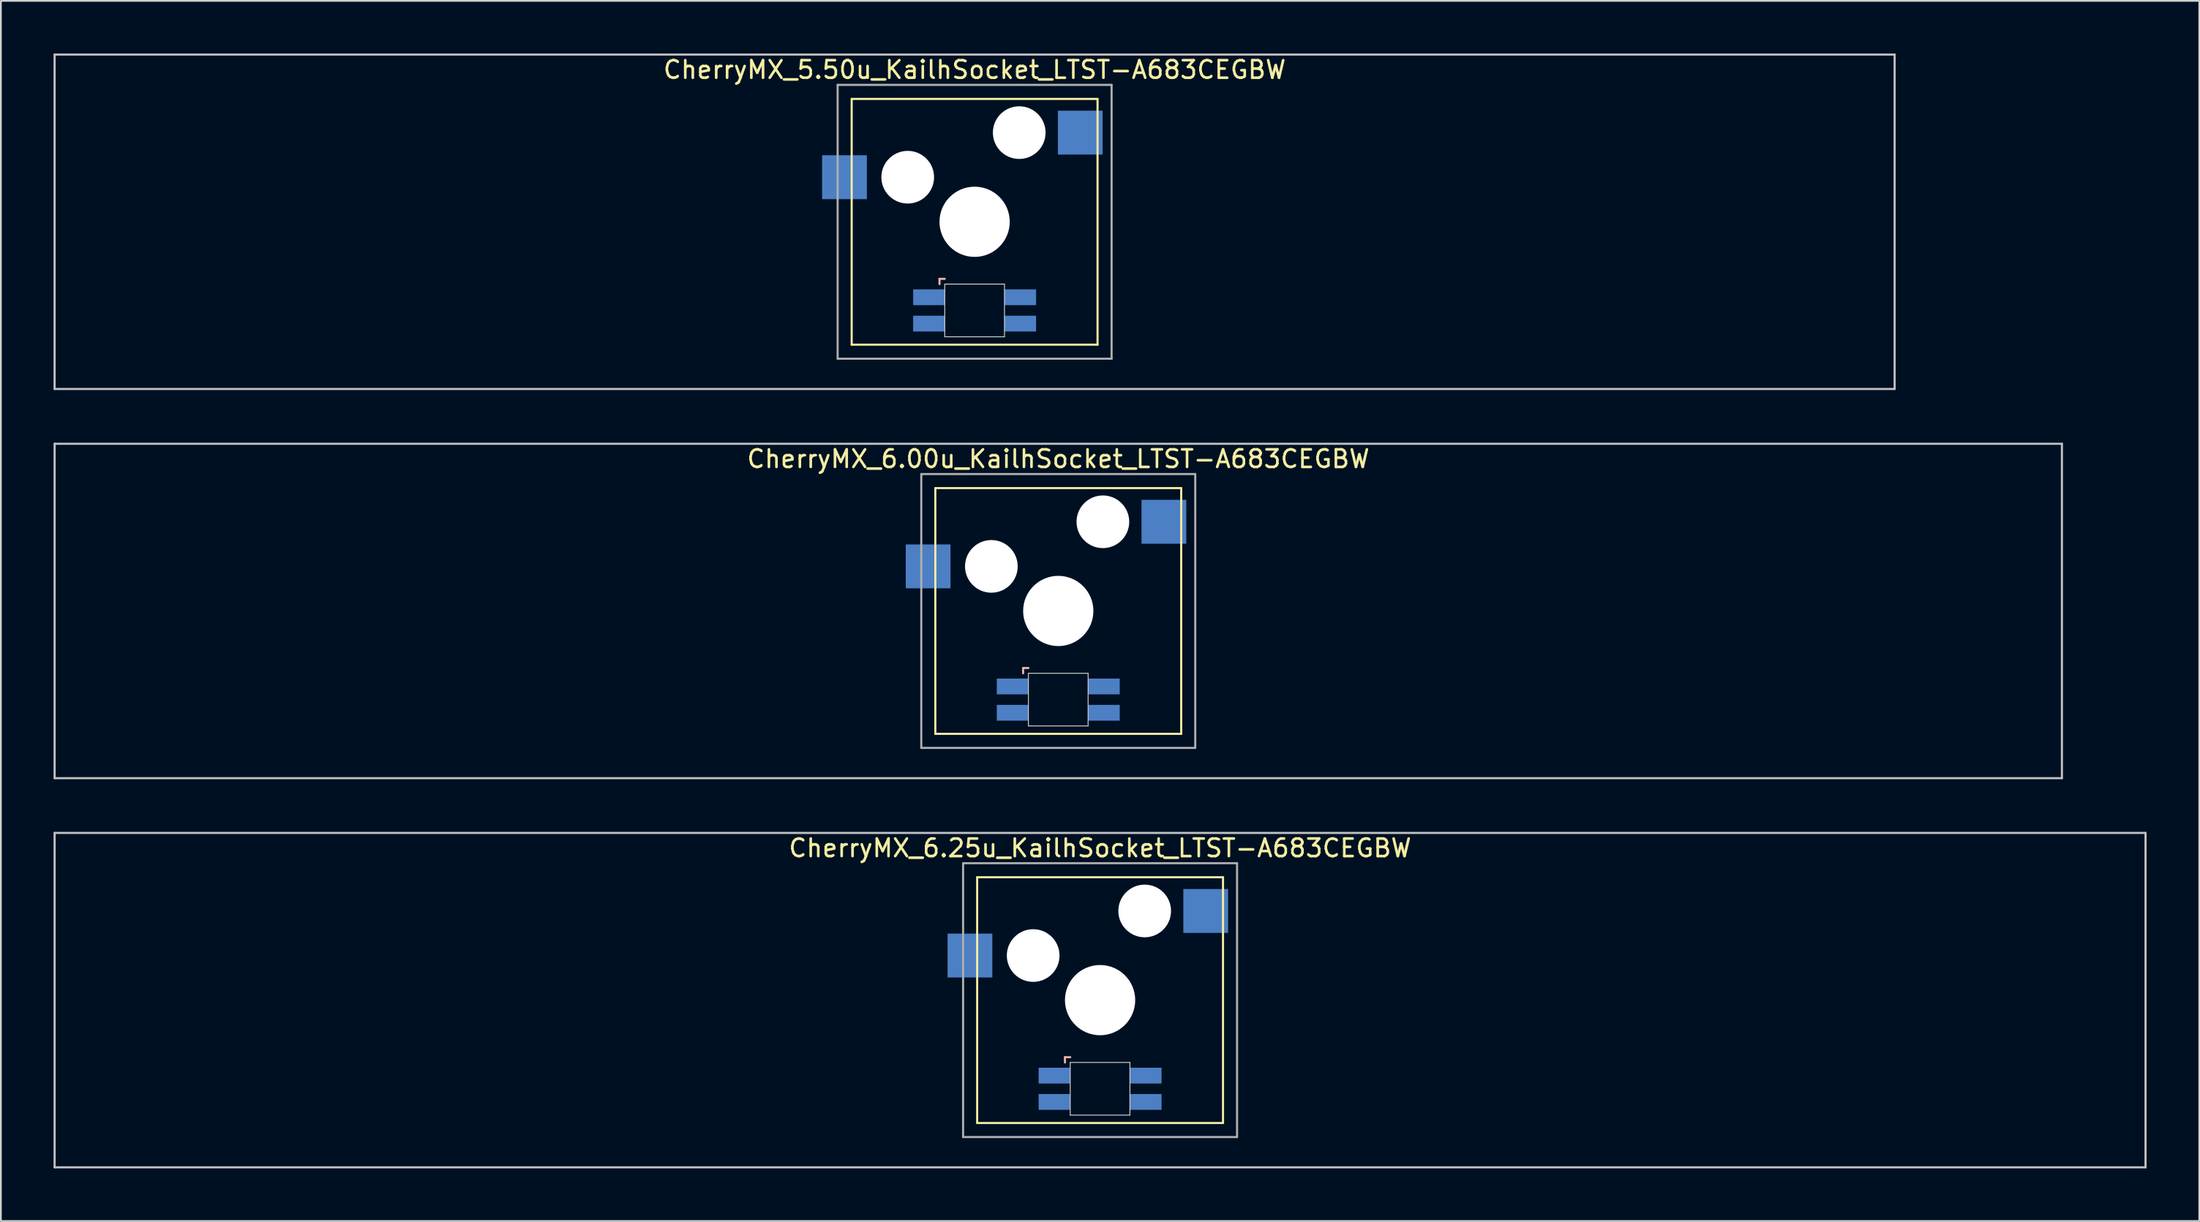
<source format=kicad_pcb>
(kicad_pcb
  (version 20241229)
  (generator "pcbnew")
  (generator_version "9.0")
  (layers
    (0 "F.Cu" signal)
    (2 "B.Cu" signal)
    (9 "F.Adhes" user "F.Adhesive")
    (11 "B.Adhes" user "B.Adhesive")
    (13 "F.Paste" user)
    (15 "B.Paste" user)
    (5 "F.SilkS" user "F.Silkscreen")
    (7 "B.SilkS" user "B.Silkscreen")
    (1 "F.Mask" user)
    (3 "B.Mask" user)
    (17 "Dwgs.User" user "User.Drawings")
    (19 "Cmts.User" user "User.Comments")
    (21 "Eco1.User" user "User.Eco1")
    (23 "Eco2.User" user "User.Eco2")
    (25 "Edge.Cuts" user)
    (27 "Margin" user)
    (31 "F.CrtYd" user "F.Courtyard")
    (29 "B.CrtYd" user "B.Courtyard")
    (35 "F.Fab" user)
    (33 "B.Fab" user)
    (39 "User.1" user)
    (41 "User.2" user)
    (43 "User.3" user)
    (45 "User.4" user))
  (footprint "CherryMX_6.25u_KailhSocket_LTST-A683CEGBW"
    (layer "F.Cu")
    (at 59.591 53.925)
    (property "Reference" "CherryMX_6.25u_KailhSocket_LTST-A683CEGBW" (at 0 -8.662 0) (layer "F.SilkS") (effects (font (size 1 1) (thickness 0.15))))
    (attr through_hole)
    (fp_line (start -7 -7) (end -7 7) (stroke (width 0.12) (type solid)) (layer "F.SilkS"))
    (fp_line (start -7 -7) (end 7 -7) (stroke (width 0.12) (type solid)) (layer "F.SilkS"))
    (fp_line (start 7 -7) (end 7 7) (stroke (width 0.12) (type solid)) (layer "F.SilkS"))
    (fp_line (start 7 7) (end -7 7) (stroke (width 0.12) (type solid)) (layer "F.SilkS"))
    (fp_line (start -2 3.25) (end -2 3.55) (stroke (width 0.12) (type solid)) (layer "B.SilkS"))
    (fp_line (start -1.7 3.25) (end -2 3.25) (stroke (width 0.12) (type solid)) (layer "B.SilkS"))
    (fp_line (start -59.531 -9.525) (end 59.531 -9.525) (stroke (width 0.12) (type solid)) (layer "Dwgs.User"))
    (fp_line (start -59.531 9.525) (end -59.531 -9.525) (stroke (width 0.12) (type solid)) (layer "Dwgs.User"))
    (fp_line (start 59.531 -9.525) (end 59.531 9.525) (stroke (width 0.12) (type solid)) (layer "Dwgs.User"))
    (fp_line (start 59.531 9.525) (end -59.531 9.525) (stroke (width 0.12) (type solid)) (layer "Dwgs.User"))
    (fp_line (start -1.7 3.55) (end 1.7 3.55) (stroke (width 0.05) (type solid)) (layer "Edge.Cuts"))
    (fp_line (start -1.7 6.55) (end -1.7 3.55) (stroke (width 0.05) (type solid)) (layer "Edge.Cuts"))
    (fp_line (start 1.7 3.55) (end 1.7 6.55) (stroke (width 0.05) (type solid)) (layer "Edge.Cuts"))
    (fp_line (start 1.7 6.55) (end -1.7 6.55) (stroke (width 0.05) (type solid)) (layer "Edge.Cuts"))
    (fp_line (start -7.8 -7.8) (end -7.8 7.8) (stroke (width 0.12) (type solid)) (layer "F.Fab"))
    (fp_line (start -7.8 -7.8) (end 7.8 -7.8) (stroke (width 0.12) (type solid)) (layer "F.Fab"))
    (fp_line (start -7.8 7.8) (end 7.8 7.8) (stroke (width 0.12) (type solid)) (layer "F.Fab"))
    (fp_line (start 7.8 -7.8) (end 7.8 7.8) (stroke (width 0.12) (type solid)) (layer "F.Fab"))
    (pad "" np_thru_hole circle (at -3.81 -2.54) (size 3 3) (drill 3) (layers "*.Cu" "*.Mask"))
    (pad "" np_thru_hole circle (at 0 0) (size 4 4) (drill 4) (layers "*.Cu" "*.Mask"))
    (pad "" np_thru_hole circle (at 2.54 -5.08) (size 3 3) (drill 3) (layers "*.Cu" "*.Mask"))
    (pad "1" smd rect (at -7.41 -2.54) (size 2.55 2.5) (layers "B.Cu" "B.Mask" "B.Paste"))
    (pad "2" smd rect (at 6.015 -5.08) (size 2.55 2.5) (layers "B.Cu" "B.Mask" "B.Paste"))
    (pad "3" smd rect (at -2.6 4.3) (size 1.8 0.9) (layers "B.Cu" "B.Mask" "B.Paste"))
    (pad "4" smd rect (at -2.6 5.8) (size 1.8 0.9) (layers "B.Cu" "B.Mask" "B.Paste"))
    (pad "5" smd rect (at 2.6 4.3) (size 1.8 0.9) (layers "B.Cu" "B.Mask" "B.Paste"))
    (pad "6" smd rect (at 2.6 5.8) (size 1.8 0.9) (layers "B.Cu" "B.Mask" "B.Paste")))
  (footprint "CherryMX_5.50u_KailhSocket_LTST-A683CEGBW"
    (layer "F.Cu")
    (at 52.447 9.585)
    (property "Reference" "CherryMX_5.50u_KailhSocket_LTST-A683CEGBW" (at 0 -8.662 0) (layer "F.SilkS") (effects (font (size 1 1) (thickness 0.15))))
    (attr through_hole)
    (fp_line (start -7 -7) (end -7 7) (stroke (width 0.12) (type solid)) (layer "F.SilkS"))
    (fp_line (start -7 -7) (end 7 -7) (stroke (width 0.12) (type solid)) (layer "F.SilkS"))
    (fp_line (start 7 -7) (end 7 7) (stroke (width 0.12) (type solid)) (layer "F.SilkS"))
    (fp_line (start 7 7) (end -7 7) (stroke (width 0.12) (type solid)) (layer "F.SilkS"))
    (fp_line (start -2 3.25) (end -2 3.55) (stroke (width 0.12) (type solid)) (layer "B.SilkS"))
    (fp_line (start -1.7 3.25) (end -2 3.25) (stroke (width 0.12) (type solid)) (layer "B.SilkS"))
    (fp_line (start -52.388 -9.525) (end 52.388 -9.525) (stroke (width 0.12) (type solid)) (layer "Dwgs.User"))
    (fp_line (start -52.388 9.525) (end -52.388 -9.525) (stroke (width 0.12) (type solid)) (layer "Dwgs.User"))
    (fp_line (start 52.388 -9.525) (end 52.388 9.525) (stroke (width 0.12) (type solid)) (layer "Dwgs.User"))
    (fp_line (start 52.388 9.525) (end -52.388 9.525) (stroke (width 0.12) (type solid)) (layer "Dwgs.User"))
    (fp_line (start -1.7 3.55) (end 1.7 3.55) (stroke (width 0.05) (type solid)) (layer "Edge.Cuts"))
    (fp_line (start -1.7 6.55) (end -1.7 3.55) (stroke (width 0.05) (type solid)) (layer "Edge.Cuts"))
    (fp_line (start 1.7 3.55) (end 1.7 6.55) (stroke (width 0.05) (type solid)) (layer "Edge.Cuts"))
    (fp_line (start 1.7 6.55) (end -1.7 6.55) (stroke (width 0.05) (type solid)) (layer "Edge.Cuts"))
    (fp_line (start -7.8 -7.8) (end -7.8 7.8) (stroke (width 0.12) (type solid)) (layer "F.Fab"))
    (fp_line (start -7.8 -7.8) (end 7.8 -7.8) (stroke (width 0.12) (type solid)) (layer "F.Fab"))
    (fp_line (start -7.8 7.8) (end 7.8 7.8) (stroke (width 0.12) (type solid)) (layer "F.Fab"))
    (fp_line (start 7.8 -7.8) (end 7.8 7.8) (stroke (width 0.12) (type solid)) (layer "F.Fab"))
    (pad "" np_thru_hole circle (at -3.81 -2.54) (size 3 3) (drill 3) (layers "*.Cu" "*.Mask"))
    (pad "" np_thru_hole circle (at 0 0) (size 4 4) (drill 4) (layers "*.Cu" "*.Mask"))
    (pad "" np_thru_hole circle (at 2.54 -5.08) (size 3 3) (drill 3) (layers "*.Cu" "*.Mask"))
    (pad "1" smd rect (at -7.41 -2.54) (size 2.55 2.5) (layers "B.Cu" "B.Mask" "B.Paste"))
    (pad "2" smd rect (at 6.015 -5.08) (size 2.55 2.5) (layers "B.Cu" "B.Mask" "B.Paste"))
    (pad "3" smd rect (at -2.6 4.3) (size 1.8 0.9) (layers "B.Cu" "B.Mask" "B.Paste"))
    (pad "4" smd rect (at -2.6 5.8) (size 1.8 0.9) (layers "B.Cu" "B.Mask" "B.Paste"))
    (pad "5" smd rect (at 2.6 4.3) (size 1.8 0.9) (layers "B.Cu" "B.Mask" "B.Paste"))
    (pad "6" smd rect (at 2.6 5.8) (size 1.8 0.9) (layers "B.Cu" "B.Mask" "B.Paste")))
  (footprint "CherryMX_6.00u_KailhSocket_LTST-A683CEGBW"
    (layer "F.Cu")
    (at 57.21 31.755)
    (property "Reference" "CherryMX_6.00u_KailhSocket_LTST-A683CEGBW" (at 0 -8.662 0) (layer "F.SilkS") (effects (font (size 1 1) (thickness 0.15))))
    (attr through_hole)
    (fp_line (start -7 -7) (end -7 7) (stroke (width 0.12) (type solid)) (layer "F.SilkS"))
    (fp_line (start -7 -7) (end 7 -7) (stroke (width 0.12) (type solid)) (layer "F.SilkS"))
    (fp_line (start 7 -7) (end 7 7) (stroke (width 0.12) (type solid)) (layer "F.SilkS"))
    (fp_line (start 7 7) (end -7 7) (stroke (width 0.12) (type solid)) (layer "F.SilkS"))
    (fp_line (start -2 3.25) (end -2 3.55) (stroke (width 0.12) (type solid)) (layer "B.SilkS"))
    (fp_line (start -1.7 3.25) (end -2 3.25) (stroke (width 0.12) (type solid)) (layer "B.SilkS"))
    (fp_line (start -57.15 -9.525) (end 57.15 -9.525) (stroke (width 0.12) (type solid)) (layer "Dwgs.User"))
    (fp_line (start -57.15 9.525) (end -57.15 -9.525) (stroke (width 0.12) (type solid)) (layer "Dwgs.User"))
    (fp_line (start 57.15 -9.525) (end 57.15 9.525) (stroke (width 0.12) (type solid)) (layer "Dwgs.User"))
    (fp_line (start 57.15 9.525) (end -57.15 9.525) (stroke (width 0.12) (type solid)) (layer "Dwgs.User"))
    (fp_line (start -1.7 3.55) (end 1.7 3.55) (stroke (width 0.05) (type solid)) (layer "Edge.Cuts"))
    (fp_line (start -1.7 6.55) (end -1.7 3.55) (stroke (width 0.05) (type solid)) (layer "Edge.Cuts"))
    (fp_line (start 1.7 3.55) (end 1.7 6.55) (stroke (width 0.05) (type solid)) (layer "Edge.Cuts"))
    (fp_line (start 1.7 6.55) (end -1.7 6.55) (stroke (width 0.05) (type solid)) (layer "Edge.Cuts"))
    (fp_line (start -7.8 -7.8) (end -7.8 7.8) (stroke (width 0.12) (type solid)) (layer "F.Fab"))
    (fp_line (start -7.8 -7.8) (end 7.8 -7.8) (stroke (width 0.12) (type solid)) (layer "F.Fab"))
    (fp_line (start -7.8 7.8) (end 7.8 7.8) (stroke (width 0.12) (type solid)) (layer "F.Fab"))
    (fp_line (start 7.8 -7.8) (end 7.8 7.8) (stroke (width 0.12) (type solid)) (layer "F.Fab"))
    (pad "" np_thru_hole circle (at -3.81 -2.54) (size 3 3) (drill 3) (layers "*.Cu" "*.Mask"))
    (pad "" np_thru_hole circle (at 0 0) (size 4 4) (drill 4) (layers "*.Cu" "*.Mask"))
    (pad "" np_thru_hole circle (at 2.54 -5.08) (size 3 3) (drill 3) (layers "*.Cu" "*.Mask"))
    (pad "1" smd rect (at -7.41 -2.54) (size 2.55 2.5) (layers "B.Cu" "B.Mask" "B.Paste"))
    (pad "2" smd rect (at 6.015 -5.08) (size 2.55 2.5) (layers "B.Cu" "B.Mask" "B.Paste"))
    (pad "3" smd rect (at -2.6 4.3) (size 1.8 0.9) (layers "B.Cu" "B.Mask" "B.Paste"))
    (pad "4" smd rect (at -2.6 5.8) (size 1.8 0.9) (layers "B.Cu" "B.Mask" "B.Paste"))
    (pad "5" smd rect (at 2.6 4.3) (size 1.8 0.9) (layers "B.Cu" "B.Mask" "B.Paste"))
    (pad "6" smd rect (at 2.6 5.8) (size 1.8 0.9) (layers "B.Cu" "B.Mask" "B.Paste")))
  (gr_rect
    (start -3 -3)
    (end 122.183 66.51)
    (stroke (width 0.1) (type default))
    (fill no)
    (layer "Edge.Cuts")))
</source>
